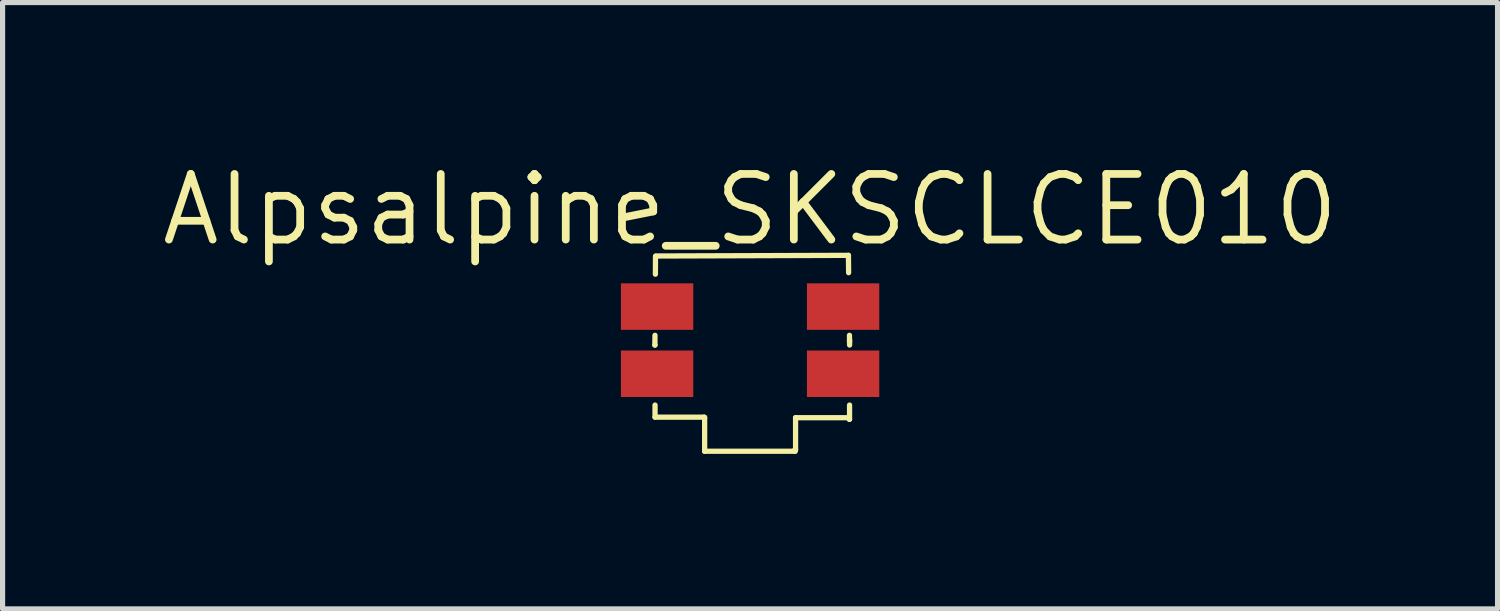
<source format=kicad_pcb>
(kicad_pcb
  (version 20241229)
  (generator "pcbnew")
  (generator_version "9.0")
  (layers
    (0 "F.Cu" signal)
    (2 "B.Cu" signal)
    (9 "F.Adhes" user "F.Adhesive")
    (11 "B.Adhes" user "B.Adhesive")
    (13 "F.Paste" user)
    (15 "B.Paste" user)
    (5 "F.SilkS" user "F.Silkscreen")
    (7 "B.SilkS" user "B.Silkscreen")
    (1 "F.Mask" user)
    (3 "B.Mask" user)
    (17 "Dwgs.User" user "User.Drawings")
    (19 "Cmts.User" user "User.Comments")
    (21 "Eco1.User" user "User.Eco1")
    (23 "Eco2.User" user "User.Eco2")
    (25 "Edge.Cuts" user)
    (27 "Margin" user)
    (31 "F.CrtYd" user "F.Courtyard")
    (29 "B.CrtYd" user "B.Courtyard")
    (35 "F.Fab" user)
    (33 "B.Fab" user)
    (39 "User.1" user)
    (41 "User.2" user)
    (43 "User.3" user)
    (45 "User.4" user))
  (footprint "Alpsalpine_SKSCLCE010"
    (layer "F.Cu")
    (at 11.468 3.534)
    (property "Reference" "Alpsalpine_SKSCLCE010" (at 0 -2.527 0) (layer "F.SilkS") (effects (font (size 1.27 1.27) (thickness 0.15))))
    (fp_line (start -1.843 0.094) (end -1.841 -0.094) (stroke (width 0.102) (type default)) (layer "F.SilkS"))
    (fp_line (start -1.843 0.094) (end -1.84 0.094) (stroke (width 0.102) (type default)) (layer "F.SilkS"))
    (fp_line (start -1.84 1.256) (end -1.84 1.49) (stroke (width 0.102) (type default)) (layer "F.SilkS"))
    (fp_line (start -1.84 1.49) (end -0.89 1.49) (stroke (width 0.102) (type default)) (layer "F.SilkS"))
    (fp_line (start -1.833 -1.277) (end -1.831 -1.626) (stroke (width 0.102) (type default)) (layer "F.SilkS"))
    (fp_line (start -1.818 -1.629) (end 1.903 -1.642) (stroke (width 0.102) (type default)) (layer "F.SilkS"))
    (fp_line (start -0.89 1.49) (end -0.89 1.5) (stroke (width 0.102) (type default)) (layer "F.SilkS"))
    (fp_line (start -0.89 1.5) (end -0.88 1.5) (stroke (width 0.102) (type default)) (layer "F.SilkS"))
    (fp_line (start -0.88 1.5) (end -0.88 2.15) (stroke (width 0.102) (type default)) (layer "F.SilkS"))
    (fp_line (start -0.88 2.15) (end 0.87 2.15) (stroke (width 0.102) (type default)) (layer "F.SilkS"))
    (fp_line (start 0.87 2.12) (end 0.88 2.12) (stroke (width 0.102) (type default)) (layer "F.SilkS"))
    (fp_line (start 0.87 2.15) (end 0.87 2.12) (stroke (width 0.102) (type default)) (layer "F.SilkS"))
    (fp_line (start 0.88 1.5) (end 1.92 1.5) (stroke (width 0.102) (type default)) (layer "F.SilkS"))
    (fp_line (start 0.88 2.12) (end 0.88 1.5) (stroke (width 0.102) (type default)) (layer "F.SilkS"))
    (fp_line (start 1.903 -1.642) (end 1.907 -1.306) (stroke (width 0.102) (type default)) (layer "F.SilkS"))
    (fp_line (start 1.92 1.5) (end 1.92 1.53) (stroke (width 0.102) (type default)) (layer "F.SilkS"))
    (fp_line (start 1.92 1.53) (end 1.925 1.53) (stroke (width 0.102) (type default)) (layer "F.SilkS"))
    (fp_line (start 1.923 -0.094) (end 1.926 0.094) (stroke (width 0.102) (type default)) (layer "F.SilkS"))
    (fp_line (start 1.925 0.044) (end 1.925 -0.008) (stroke (width 0.102) (type default)) (layer "F.SilkS"))
    (fp_line (start 1.925 1.53) (end 1.925 1.256) (stroke (width 0.102) (type default)) (layer "F.SilkS"))
    (fp_circle (center -2.425 2.09) (end -2.395 2.09) (stroke (width 0.06) (type default)) (fill no) (layer "User.5"))
    (pad "1" smd rect (at -1.8 0.65) (size 1.4 0.9) (layers "F.Cu" "F.Mask" "F.Paste"))
    (pad "2" smd rect (at 1.8 0.65) (size 1.4 0.9) (layers "F.Cu" "F.Mask" "F.Paste"))
    (pad "3" smd rect (at -1.8 -0.65) (size 1.4 0.9) (layers "F.Cu" "F.Mask" "F.Paste"))
    (pad "4" smd rect (at 1.8 -0.65) (size 1.4 0.9) (layers "F.Cu" "F.Mask" "F.Paste"))
    (zone (net_name "") (layer "Dwgs.User") (hatch edge 0.5) (priority 100) (connect_pads yes) (min_thickness 0) (filled_areas_thickness no) (fill yes) (polygon (pts (xy 10.578 5.014) (xy 12.338 5.014) (xy 12.358 5.014) (xy 12.358 5.694) (xy 10.578 5.694) (xy 10.578 5.674))) (filled_polygon (layer "Dwgs.User") (island) (pts (xy 10.578 5.014) (xy 12.338 5.014) (xy 12.358 5.014) (xy 12.358 5.694) (xy 10.578 5.694) (xy 10.578 5.674))))
    (zone (net_name "") (layer "User.3") (hatch edge 0.5) (priority 100) (connect_pads yes) (min_thickness 0) (filled_areas_thickness no) (fill yes) (polygon (pts (xy 13.218 4.964) (xy 13.218 2.074) (xy 9.718 2.074) (xy 9.718 4.964) (xy 10.618 4.964) (xy 10.618 5.624) (xy 12.318 5.624) (xy 12.318 4.974))) (filled_polygon (layer "User.3") (island) (pts (xy 13.218 4.964) (xy 13.218 2.074) (xy 9.718 2.074) (xy 9.718 4.964) (xy 10.618 4.964) (xy 10.618 5.624) (xy 12.318 5.624) (xy 12.318 4.974))))
    (zone (net_name "") (layer "User.4") (hatch edge 0.5) (priority 100) (connect_pads yes) (min_thickness 0) (filled_areas_thickness no) (fill yes) (polygon (pts (xy 9.043 2.534) (xy 10.043 2.534) (xy 10.043 3.234) (xy 9.043 3.234))) (filled_polygon (layer "User.4") (island) (pts (xy 9.043 2.534) (xy 10.043 2.534) (xy 10.043 3.234) (xy 9.043 3.234))))
    (zone (net_name "") (layer "User.4") (hatch edge 0.5) (priority 100) (connect_pads yes) (min_thickness 0) (filled_areas_thickness no) (fill yes) (polygon (pts (xy 9.043 3.834) (xy 10.043 3.834) (xy 10.043 4.534) (xy 9.043 4.534))) (filled_polygon (layer "User.4") (island) (pts (xy 9.043 3.834) (xy 10.043 3.834) (xy 10.043 4.534) (xy 9.043 4.534))))
    (zone (net_name "") (layer "User.4") (hatch edge 0.5) (priority 100) (connect_pads yes) (min_thickness 0) (filled_areas_thickness no) (fill yes) (polygon (pts (xy 12.893 2.534) (xy 13.893 2.534) (xy 13.893 3.234) (xy 12.893 3.234))) (filled_polygon (layer "User.4") (island) (pts (xy 12.893 2.534) (xy 13.893 2.534) (xy 13.893 3.234) (xy 12.893 3.234))))
    (zone (net_name "") (layer "User.4") (hatch edge 0.5) (priority 100) (connect_pads yes) (min_thickness 0) (filled_areas_thickness no) (fill yes) (polygon (pts (xy 12.893 3.834) (xy 13.893 3.834) (xy 13.893 4.534) (xy 12.893 4.534))) (filled_polygon (layer "User.4") (island) (pts (xy 12.893 3.834) (xy 13.893 3.834) (xy 13.893 4.534) (xy 12.893 4.534)))))
  (gr_rect
    (start -3 -3)
    (end 25.935 8.735)
    (stroke (width 0.1) (type default))
    (fill no)
    (layer "Edge.Cuts")))
</source>
